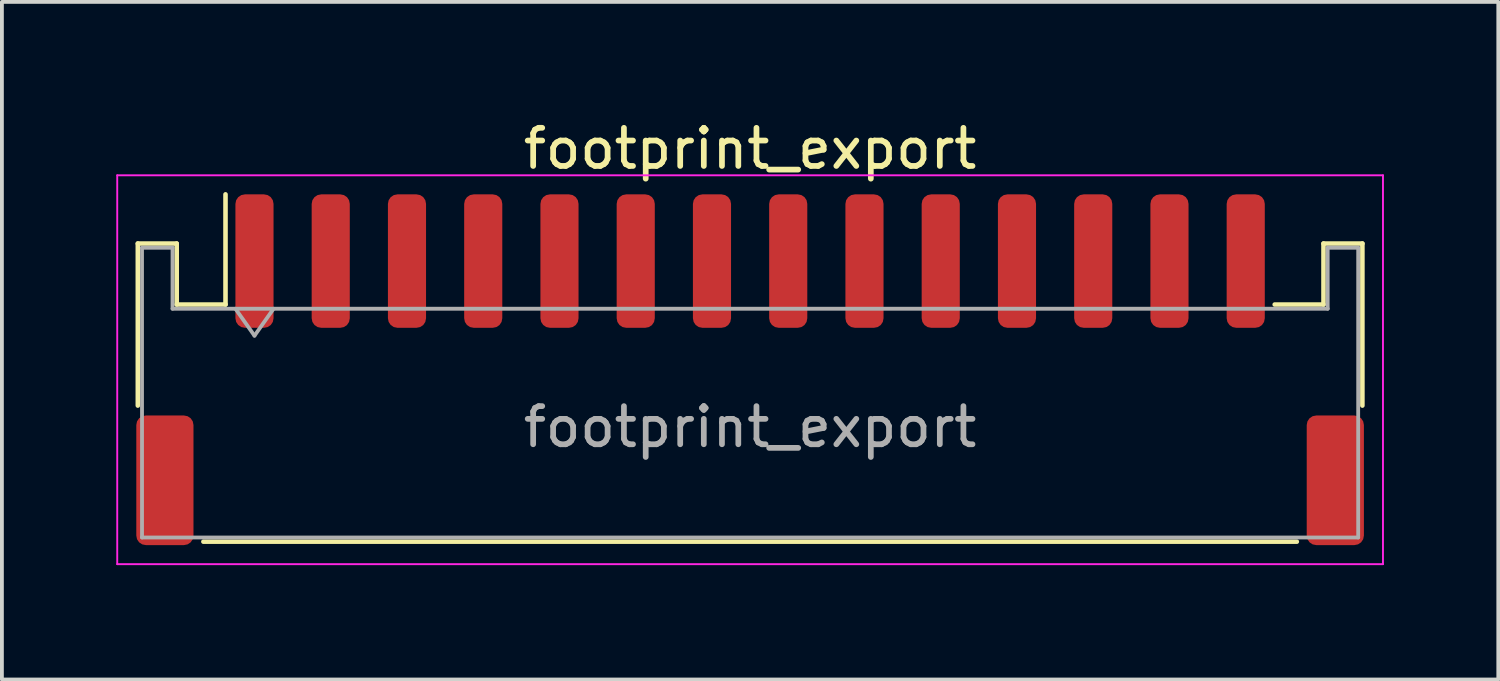
<source format=kicad_pcb>
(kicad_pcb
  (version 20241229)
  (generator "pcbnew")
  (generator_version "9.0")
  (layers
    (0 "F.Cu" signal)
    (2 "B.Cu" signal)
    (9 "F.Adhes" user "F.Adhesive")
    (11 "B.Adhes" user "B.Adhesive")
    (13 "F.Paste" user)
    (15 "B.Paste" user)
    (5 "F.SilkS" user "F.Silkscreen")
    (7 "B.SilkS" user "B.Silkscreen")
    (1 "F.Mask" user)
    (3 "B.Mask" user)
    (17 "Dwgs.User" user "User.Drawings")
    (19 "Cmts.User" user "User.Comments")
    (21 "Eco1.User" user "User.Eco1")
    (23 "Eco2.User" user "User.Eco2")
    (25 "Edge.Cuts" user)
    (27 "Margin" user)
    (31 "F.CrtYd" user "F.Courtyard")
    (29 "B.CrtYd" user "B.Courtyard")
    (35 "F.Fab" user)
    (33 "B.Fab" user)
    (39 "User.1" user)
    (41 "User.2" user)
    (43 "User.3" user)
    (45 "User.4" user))
  (footprint "footprint_export"
    (layer "F.Cu")
    (at 16.625 6.648)
    (property "Reference" "footprint_export" (at 0 -5.8 0) (layer "F.SilkS") (effects (font (size 1 1) (thickness 0.15))))
    (attr smd)
    (fp_line (start -16.06 -3.31) (end -15.04 -3.31) (stroke (width 0.12) (type solid)) (layer "F.SilkS"))
    (fp_line (start -16.06 0.94) (end -16.06 -3.31) (stroke (width 0.12) (type solid)) (layer "F.SilkS"))
    (fp_line (start -15.04 -3.31) (end -15.04 -1.71) (stroke (width 0.12) (type solid)) (layer "F.SilkS"))
    (fp_line (start -15.04 -1.71) (end -13.76 -1.71) (stroke (width 0.12) (type solid)) (layer "F.SilkS"))
    (fp_line (start -14.34 4.51) (end 14.34 4.51) (stroke (width 0.12) (type solid)) (layer "F.SilkS"))
    (fp_line (start -13.76 -1.71) (end -13.76 -4.6) (stroke (width 0.12) (type solid)) (layer "F.SilkS"))
    (fp_line (start 15.04 -3.31) (end 15.04 -1.71) (stroke (width 0.12) (type solid)) (layer "F.SilkS"))
    (fp_line (start 15.04 -1.71) (end 13.76 -1.71) (stroke (width 0.12) (type solid)) (layer "F.SilkS"))
    (fp_line (start 16.06 -3.31) (end 15.04 -3.31) (stroke (width 0.12) (type solid)) (layer "F.SilkS"))
    (fp_line (start 16.06 0.94) (end 16.06 -3.31) (stroke (width 0.12) (type solid)) (layer "F.SilkS"))
    (fp_line (start -16.6 -5.1) (end -16.6 5.1) (stroke (width 0.05) (type solid)) (layer "F.CrtYd"))
    (fp_line (start -16.6 5.1) (end 16.6 5.1) (stroke (width 0.05) (type solid)) (layer "F.CrtYd"))
    (fp_line (start 16.6 -5.1) (end -16.6 -5.1) (stroke (width 0.05) (type solid)) (layer "F.CrtYd"))
    (fp_line (start 16.6 5.1) (end 16.6 -5.1) (stroke (width 0.05) (type solid)) (layer "F.CrtYd"))
    (fp_line (start -15.95 -3.2) (end -15.95 4.4) (stroke (width 0.1) (type solid)) (layer "F.Fab"))
    (fp_line (start -15.95 -3.2) (end -15.15 -3.2) (stroke (width 0.1) (type solid)) (layer "F.Fab"))
    (fp_line (start -15.95 4.4) (end 15.95 4.4) (stroke (width 0.1) (type solid)) (layer "F.Fab"))
    (fp_line (start -15.15 -3.2) (end -15.15 -1.6) (stroke (width 0.1) (type solid)) (layer "F.Fab"))
    (fp_line (start -15.15 -1.6) (end 15.15 -1.6) (stroke (width 0.1) (type solid)) (layer "F.Fab"))
    (fp_line (start -13.5 -1.6) (end -13 -0.893) (stroke (width 0.1) (type solid)) (layer "F.Fab"))
    (fp_line (start -13 -0.893) (end -12.5 -1.6) (stroke (width 0.1) (type solid)) (layer "F.Fab"))
    (fp_line (start 15.15 -3.2) (end 15.95 -3.2) (stroke (width 0.1) (type solid)) (layer "F.Fab"))
    (fp_line (start 15.15 -1.6) (end 15.15 -3.2) (stroke (width 0.1) (type solid)) (layer "F.Fab"))
    (fp_line (start 15.95 -3.2) (end 15.95 4.4) (stroke (width 0.1) (type solid)) (layer "F.Fab"))
    (fp_text user "${REFERENCE}" (at 0 1.5 0) (layer "F.Fab") (effects (font (size 1 1) (thickness 0.15))))
    (pad "1" smd roundrect (at -13 -2.85) (size 1 3.5) (layers "F.Cu" "F.Mask" "F.Paste") (roundrect_rratio 0.25))
    (pad "2" smd roundrect (at -11 -2.85) (size 1 3.5) (layers "F.Cu" "F.Mask" "F.Paste") (roundrect_rratio 0.25))
    (pad "3" smd roundrect (at -9 -2.85) (size 1 3.5) (layers "F.Cu" "F.Mask" "F.Paste") (roundrect_rratio 0.25))
    (pad "4" smd roundrect (at -7 -2.85) (size 1 3.5) (layers "F.Cu" "F.Mask" "F.Paste") (roundrect_rratio 0.25))
    (pad "5" smd roundrect (at -5 -2.85) (size 1 3.5) (layers "F.Cu" "F.Mask" "F.Paste") (roundrect_rratio 0.25))
    (pad "6" smd roundrect (at -3 -2.85) (size 1 3.5) (layers "F.Cu" "F.Mask" "F.Paste") (roundrect_rratio 0.25))
    (pad "7" smd roundrect (at -1 -2.85) (size 1 3.5) (layers "F.Cu" "F.Mask" "F.Paste") (roundrect_rratio 0.25))
    (pad "8" smd roundrect (at 1 -2.85) (size 1 3.5) (layers "F.Cu" "F.Mask" "F.Paste") (roundrect_rratio 0.25))
    (pad "9" smd roundrect (at 3 -2.85) (size 1 3.5) (layers "F.Cu" "F.Mask" "F.Paste") (roundrect_rratio 0.25))
    (pad "10" smd roundrect (at 5 -2.85) (size 1 3.5) (layers "F.Cu" "F.Mask" "F.Paste") (roundrect_rratio 0.25))
    (pad "11" smd roundrect (at 7 -2.85) (size 1 3.5) (layers "F.Cu" "F.Mask" "F.Paste") (roundrect_rratio 0.25))
    (pad "12" smd roundrect (at 9 -2.85) (size 1 3.5) (layers "F.Cu" "F.Mask" "F.Paste") (roundrect_rratio 0.25))
    (pad "13" smd roundrect (at 11 -2.85) (size 1 3.5) (layers "F.Cu" "F.Mask" "F.Paste") (roundrect_rratio 0.25))
    (pad "14" smd roundrect (at 13 -2.85) (size 1 3.5) (layers "F.Cu" "F.Mask" "F.Paste") (roundrect_rratio 0.25))
    (pad "MP" smd roundrect (at -15.35 2.9) (size 1.5 3.4) (layers "F.Cu" "F.Mask" "F.Paste") (roundrect_rratio 0.167))
    (pad "MP" smd roundrect (at 15.35 2.9) (size 1.5 3.4) (layers "F.Cu" "F.Mask" "F.Paste") (roundrect_rratio 0.167)))
  (gr_rect
    (start -3 -3)
    (end 36.25 14.773)
    (stroke (width 0.1) (type default))
    (fill no)
    (layer "Edge.Cuts")))
</source>
